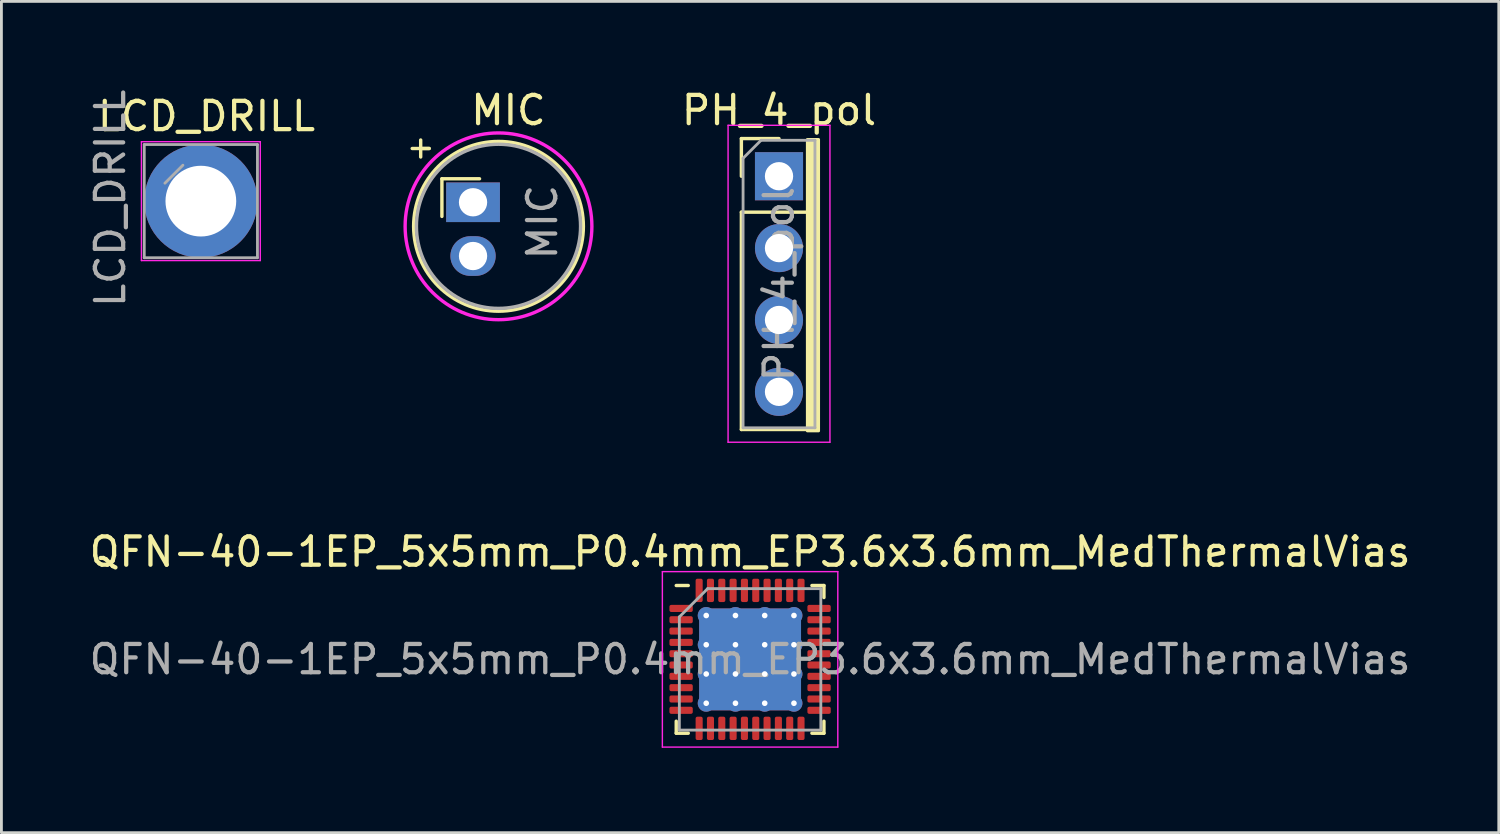
<source format=kicad_pcb>
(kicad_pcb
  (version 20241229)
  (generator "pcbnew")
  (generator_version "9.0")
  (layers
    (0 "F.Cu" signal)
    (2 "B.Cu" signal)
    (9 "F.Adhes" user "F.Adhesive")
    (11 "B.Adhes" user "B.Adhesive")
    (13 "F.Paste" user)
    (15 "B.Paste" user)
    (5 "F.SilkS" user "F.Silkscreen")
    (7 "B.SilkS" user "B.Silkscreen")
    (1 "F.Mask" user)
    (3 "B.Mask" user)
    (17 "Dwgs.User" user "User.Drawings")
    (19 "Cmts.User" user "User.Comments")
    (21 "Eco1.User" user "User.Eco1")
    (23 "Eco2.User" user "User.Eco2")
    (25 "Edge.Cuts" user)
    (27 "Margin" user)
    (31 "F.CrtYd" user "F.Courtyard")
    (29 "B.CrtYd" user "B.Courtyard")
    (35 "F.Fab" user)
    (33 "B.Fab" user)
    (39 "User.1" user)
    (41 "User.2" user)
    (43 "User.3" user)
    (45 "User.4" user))
  (footprint "MIC"
    (layer "F.Cu")
    (at 14.567 3.998)
    (property "Reference" "MIC" (at 0.35 -3.15 0) (layer "F.SilkS") (effects (font (size 1 1) (thickness 0.15))))
    (attr through_hole)
    (fp_line (start -2.75 -2.1) (end -2.75 -1.5) (stroke (width 0.12) (type solid)) (layer "F.SilkS"))
    (fp_line (start -2.75 -1.8) (end -2.45 -1.8) (stroke (width 0.12) (type solid)) (layer "F.SilkS"))
    (fp_line (start -2.45 -1.8) (end -3.05 -1.8) (stroke (width 0.12) (type solid)) (layer "F.SilkS"))
    (fp_line (start -2 -0.73) (end -0.67 -0.73) (stroke (width 0.12) (type solid)) (layer "F.SilkS"))
    (fp_line (start -2 0.6) (end -2 -0.73) (stroke (width 0.12) (type solid)) (layer "F.SilkS"))
    (fp_circle (center 0 0.95) (end 3 0.95) (stroke (width 0.12) (type solid)) (fill no) (layer "F.SilkS"))
    (fp_circle (center 0 0.95) (end 3.3 0.95) (stroke (width 0.12) (type solid)) (fill no) (layer "F.CrtYd"))
    (fp_circle (center 0 0.95) (end 2.9 0.95) (stroke (width 0.12) (type solid)) (fill no) (layer "F.Fab"))
    (fp_text user "${REFERENCE}" (at 1.55 0.8 90) (layer "F.Fab") (effects (font (size 1 1) (thickness 0.15))))
    (pad "1" thru_hole rect (at -0.9 0.1) (size 1.9 1.4) (drill 1) (layers "*.Cu" "*.Mask"))
    (pad "2" thru_hole oval (at -0.9 2) (size 1.6 1.4) (drill 1) (layers "*.Cu" "*.Mask")))
  (footprint "LCD_DRILL"
    (layer "F.Cu")
    (at 4.048 4.058)
    (property "Reference" "LCD_DRILL" (at 0.2 -3 0) (layer "F.SilkS") (effects (font (size 1 1) (thickness 0.15))))
    (attr through_hole)
    (fp_line (start -2.1 -2.1) (end -2.1 2.1) (stroke (width 0.05) (type solid)) (layer "F.CrtYd"))
    (fp_line (start -2.1 2.1) (end 2.1 2.1) (stroke (width 0.05) (type solid)) (layer "F.CrtYd"))
    (fp_line (start 2.1 -2.1) (end -2.1 -2.1) (stroke (width 0.05) (type solid)) (layer "F.CrtYd"))
    (fp_line (start 2.1 2.1) (end 2.1 -2.1) (stroke (width 0.05) (type solid)) (layer "F.CrtYd"))
    (fp_line (start -2 2) (end -2 -2) (stroke (width 0.1) (type solid)) (layer "F.Fab"))
    (fp_line (start -1.27 -0.635) (end -0.635 -1.27) (stroke (width 0.1) (type solid)) (layer "F.Fab"))
    (fp_line (start 2 -2) (end -2 -2) (stroke (width 0.1) (type solid)) (layer "F.Fab"))
    (fp_line (start 2 2) (end -2 2) (stroke (width 0.1) (type solid)) (layer "F.Fab"))
    (fp_line (start 2 2) (end 2 -2) (stroke (width 0.1) (type solid)) (layer "F.Fab"))
    (fp_text user "${REFERENCE}" (at -3.2 -0.1 90) (layer "F.Fab") (effects (font (size 1 1) (thickness 0.15))))
    (pad "1" thru_hole circle (at 0 0) (size 4 4) (drill 2.5) (layers "*.Cu" "*.Mask")))
  (footprint "PH_4_pol"
    (layer "F.Cu")
    (at 24.48 3.178)
    (property "Reference" "PH_4_pol" (at 0 -2.33 0) (layer "F.SilkS") (effects (font (size 1 1) (thickness 0.15))))
    (attr through_hole)
    (fp_line (start -1.33 -1.33) (end 0 -1.33) (stroke (width 0.12) (type solid)) (layer "F.SilkS"))
    (fp_line (start -1.33 0) (end -1.33 -1.33) (stroke (width 0.12) (type solid)) (layer "F.SilkS"))
    (fp_line (start -1.33 1.27) (end -1.33 8.95) (stroke (width 0.12) (type solid)) (layer "F.SilkS"))
    (fp_line (start -1.33 1.27) (end 1.33 1.27) (stroke (width 0.12) (type solid)) (layer "F.SilkS"))
    (fp_line (start -1.33 8.95) (end 1.33 8.95) (stroke (width 0.12) (type solid)) (layer "F.SilkS"))
    (fp_line (start 1.33 1.27) (end 1.33 8.95) (stroke (width 0.12) (type solid)) (layer "F.SilkS"))
    (fp_poly (pts (xy 1.3 8.9) (xy 1.1 8.9) (xy 1.1 -1.3) (xy 1.3 -1.3)) (stroke (width 0.1) (type solid)) (fill yes) (layer "F.SilkS"))
    (fp_poly (pts (xy 1.4 9) (xy 1 9) (xy 1 -1.3) (xy 1.4 -1.3)) (stroke (width 0.1) (type solid)) (fill yes) (layer "F.SilkS"))
    (fp_line (start -1.8 -1.8) (end -1.8 9.4) (stroke (width 0.05) (type solid)) (layer "F.CrtYd"))
    (fp_line (start -1.8 9.4) (end 1.8 9.4) (stroke (width 0.05) (type solid)) (layer "F.CrtYd"))
    (fp_line (start 1.8 -1.8) (end -1.8 -1.8) (stroke (width 0.05) (type solid)) (layer "F.CrtYd"))
    (fp_line (start 1.8 9.4) (end 1.8 -1.8) (stroke (width 0.05) (type solid)) (layer "F.CrtYd"))
    (fp_line (start -1.27 -0.635) (end -0.635 -1.27) (stroke (width 0.1) (type solid)) (layer "F.Fab"))
    (fp_line (start -1.27 8.89) (end -1.27 -0.635) (stroke (width 0.1) (type solid)) (layer "F.Fab"))
    (fp_line (start -0.635 -1.27) (end 1.27 -1.27) (stroke (width 0.1) (type solid)) (layer "F.Fab"))
    (fp_line (start 1.27 -1.27) (end 1.27 8.89) (stroke (width 0.1) (type solid)) (layer "F.Fab"))
    (fp_line (start 1.27 8.89) (end -1.27 8.89) (stroke (width 0.1) (type solid)) (layer "F.Fab"))
    (fp_text user "${REFERENCE}" (at 0 3.81 90) (layer "F.Fab") (effects (font (size 1 1) (thickness 0.15))))
    (pad "1" thru_hole rect (at 0 0) (size 1.7 1.7) (drill 1) (layers "*.Cu" "*.Mask"))
    (pad "2" thru_hole oval (at 0 2.54) (size 1.7 1.7) (drill 1) (layers "*.Cu" "*.Mask"))
    (pad "3" thru_hole oval (at 0 5.08) (size 1.7 1.7) (drill 1) (layers "*.Cu" "*.Mask"))
    (pad "4" thru_hole oval (at 0 7.62) (size 1.7 1.7) (drill 1) (layers "*.Cu" "*.Mask")))
  (footprint "QFN-40-1EP_5x5mm_P0.4mm_EP3.6x3.6mm_MedThermalVias"
    (layer "F.Cu")
    (at 23.458 20.252)
    (property "Reference" "QFN-40-1EP_5x5mm_P0.4mm_EP3.6x3.6mm_MedThermalVias" (at 0 -3.8 0) (layer "F.SilkS") (effects (font (size 1 1) (thickness 0.15))))
    (attr smd)
    (fp_line (start -2.61 2.61) (end -2.61 2.185) (stroke (width 0.12) (type solid)) (layer "F.SilkS"))
    (fp_line (start -2.185 -2.61) (end -2.61 -2.61) (stroke (width 0.12) (type solid)) (layer "F.SilkS"))
    (fp_line (start -2.185 2.61) (end -2.61 2.61) (stroke (width 0.12) (type solid)) (layer "F.SilkS"))
    (fp_line (start 2.185 -2.61) (end 2.61 -2.61) (stroke (width 0.12) (type solid)) (layer "F.SilkS"))
    (fp_line (start 2.185 2.61) (end 2.61 2.61) (stroke (width 0.12) (type solid)) (layer "F.SilkS"))
    (fp_line (start 2.61 -2.61) (end 2.61 -2.185) (stroke (width 0.12) (type solid)) (layer "F.SilkS"))
    (fp_line (start 2.61 2.61) (end 2.61 2.185) (stroke (width 0.12) (type solid)) (layer "F.SilkS"))
    (fp_line (start -3.1 -3.1) (end -3.1 3.1) (stroke (width 0.05) (type solid)) (layer "F.CrtYd"))
    (fp_line (start -3.1 3.1) (end 3.1 3.1) (stroke (width 0.05) (type solid)) (layer "F.CrtYd"))
    (fp_line (start 3.1 -3.1) (end -3.1 -3.1) (stroke (width 0.05) (type solid)) (layer "F.CrtYd"))
    (fp_line (start 3.1 3.1) (end 3.1 -3.1) (stroke (width 0.05) (type solid)) (layer "F.CrtYd"))
    (fp_line (start -2.5 -1.5) (end -1.5 -2.5) (stroke (width 0.1) (type solid)) (layer "F.Fab"))
    (fp_line (start -2.5 2.5) (end -2.5 -1.5) (stroke (width 0.1) (type solid)) (layer "F.Fab"))
    (fp_line (start -1.5 -2.5) (end 2.5 -2.5) (stroke (width 0.1) (type solid)) (layer "F.Fab"))
    (fp_line (start 2.5 -2.5) (end 2.5 2.5) (stroke (width 0.1) (type solid)) (layer "F.Fab"))
    (fp_line (start 2.5 2.5) (end -2.5 2.5) (stroke (width 0.1) (type solid)) (layer "F.Fab"))
    (fp_text user "${REFERENCE}" (at 0 0 0) (layer "F.Fab") (effects (font (size 1 1) (thickness 0.15))))
    (pad "" smd custom (at -1.033 -1.033) (size 0.803 0.803) (layers "F.Paste") (options (anchor circle)) (primitives (gr_poly (pts (xy -0.338 -0.233) (xy -0.233 -0.338) (xy 0.233 -0.338) (xy 0.338 -0.233) (xy 0.338 0.233) (xy 0.233 0.338) (xy -0.233 0.338) (xy -0.338 0.233)) (width 0.253) (fill yes))))
    (pad "" smd custom (at -1.033 0) (size 0.803 0.803) (layers "F.Paste") (options (anchor circle)) (primitives (gr_poly (pts (xy -0.338 -0.233) (xy -0.233 -0.338) (xy 0.233 -0.338) (xy 0.338 -0.233) (xy 0.338 0.233) (xy 0.233 0.338) (xy -0.233 0.338) (xy -0.338 0.233)) (width 0.253) (fill yes))))
    (pad "" smd custom (at -1.033 1.033) (size 0.803 0.803) (layers "F.Paste") (options (anchor circle)) (primitives (gr_poly (pts (xy -0.338 -0.233) (xy -0.233 -0.338) (xy 0.233 -0.338) (xy 0.338 -0.233) (xy 0.338 0.233) (xy 0.233 0.338) (xy -0.233 0.338) (xy -0.338 0.233)) (width 0.253) (fill yes))))
    (pad "" smd custom (at 0 -1.033) (size 0.803 0.803) (layers "F.Paste") (options (anchor circle)) (primitives (gr_poly (pts (xy -0.338 -0.233) (xy -0.233 -0.338) (xy 0.233 -0.338) (xy 0.338 -0.233) (xy 0.338 0.233) (xy 0.233 0.338) (xy -0.233 0.338) (xy -0.338 0.233)) (width 0.253) (fill yes))))
    (pad "" smd custom (at 0 0) (size 0.803 0.803) (layers "F.Paste") (options (anchor circle)) (primitives (gr_poly (pts (xy -0.338 -0.233) (xy -0.233 -0.338) (xy 0.233 -0.338) (xy 0.338 -0.233) (xy 0.338 0.233) (xy 0.233 0.338) (xy -0.233 0.338) (xy -0.338 0.233)) (width 0.253) (fill yes))))
    (pad "" smd custom (at 0 1.033) (size 0.803 0.803) (layers "F.Paste") (options (anchor circle)) (primitives (gr_poly (pts (xy -0.338 -0.233) (xy -0.233 -0.338) (xy 0.233 -0.338) (xy 0.338 -0.233) (xy 0.338 0.233) (xy 0.233 0.338) (xy -0.233 0.338) (xy -0.338 0.233)) (width 0.253) (fill yes))))
    (pad "" smd custom (at 1.033 -1.033) (size 0.803 0.803) (layers "F.Paste") (options (anchor circle)) (primitives (gr_poly (pts (xy -0.338 -0.233) (xy -0.233 -0.338) (xy 0.233 -0.338) (xy 0.338 -0.233) (xy 0.338 0.233) (xy 0.233 0.338) (xy -0.233 0.338) (xy -0.338 0.233)) (width 0.253) (fill yes))))
    (pad "" smd custom (at 1.033 0) (size 0.803 0.803) (layers "F.Paste") (options (anchor circle)) (primitives (gr_poly (pts (xy -0.338 -0.233) (xy -0.233 -0.338) (xy 0.233 -0.338) (xy 0.338 -0.233) (xy 0.338 0.233) (xy 0.233 0.338) (xy -0.233 0.338) (xy -0.338 0.233)) (width 0.253) (fill yes))))
    (pad "" smd custom (at 1.033 1.033) (size 0.803 0.803) (layers "F.Paste") (options (anchor circle)) (primitives (gr_poly (pts (xy -0.338 -0.233) (xy -0.233 -0.338) (xy 0.233 -0.338) (xy 0.338 -0.233) (xy 0.338 0.233) (xy 0.233 0.338) (xy -0.233 0.338) (xy -0.338 0.233)) (width 0.253) (fill yes))))
    (pad "1" smd roundrect (at -2.438 -1.8) (size 0.825 0.25) (layers "F.Cu" "F.Mask" "F.Paste") (roundrect_rratio 0.25))
    (pad "2" smd roundrect (at -2.438 -1.4) (size 0.825 0.25) (layers "F.Cu" "F.Mask" "F.Paste") (roundrect_rratio 0.25))
    (pad "3" smd roundrect (at -2.438 -1) (size 0.825 0.25) (layers "F.Cu" "F.Mask" "F.Paste") (roundrect_rratio 0.25))
    (pad "4" smd roundrect (at -2.438 -0.6) (size 0.825 0.25) (layers "F.Cu" "F.Mask" "F.Paste") (roundrect_rratio 0.25))
    (pad "5" smd roundrect (at -2.438 -0.2) (size 0.825 0.25) (layers "F.Cu" "F.Mask" "F.Paste") (roundrect_rratio 0.25))
    (pad "6" smd roundrect (at -2.438 0.2) (size 0.825 0.25) (layers "F.Cu" "F.Mask" "F.Paste") (roundrect_rratio 0.25))
    (pad "7" smd roundrect (at -2.438 0.6) (size 0.825 0.25) (layers "F.Cu" "F.Mask" "F.Paste") (roundrect_rratio 0.25))
    (pad "8" smd roundrect (at -2.438 1) (size 0.825 0.25) (layers "F.Cu" "F.Mask" "F.Paste") (roundrect_rratio 0.25))
    (pad "9" smd roundrect (at -2.438 1.4) (size 0.825 0.25) (layers "F.Cu" "F.Mask" "F.Paste") (roundrect_rratio 0.25))
    (pad "10" smd roundrect (at -2.438 1.8) (size 0.825 0.25) (layers "F.Cu" "F.Mask" "F.Paste") (roundrect_rratio 0.25))
    (pad "11" smd roundrect (at -1.8 2.438) (size 0.25 0.825) (layers "F.Cu" "F.Mask" "F.Paste") (roundrect_rratio 0.25))
    (pad "12" smd roundrect (at -1.4 2.438) (size 0.25 0.825) (layers "F.Cu" "F.Mask" "F.Paste") (roundrect_rratio 0.25))
    (pad "13" smd roundrect (at -1 2.438) (size 0.25 0.825) (layers "F.Cu" "F.Mask" "F.Paste") (roundrect_rratio 0.25))
    (pad "14" smd roundrect (at -0.6 2.438) (size 0.25 0.825) (layers "F.Cu" "F.Mask" "F.Paste") (roundrect_rratio 0.25))
    (pad "15" smd roundrect (at -0.2 2.438) (size 0.25 0.825) (layers "F.Cu" "F.Mask" "F.Paste") (roundrect_rratio 0.25))
    (pad "16" smd roundrect (at 0.2 2.438) (size 0.25 0.825) (layers "F.Cu" "F.Mask" "F.Paste") (roundrect_rratio 0.25))
    (pad "17" smd roundrect (at 0.6 2.438) (size 0.25 0.825) (layers "F.Cu" "F.Mask" "F.Paste") (roundrect_rratio 0.25))
    (pad "18" smd roundrect (at 1 2.438) (size 0.25 0.825) (layers "F.Cu" "F.Mask" "F.Paste") (roundrect_rratio 0.25))
    (pad "19" smd roundrect (at 1.4 2.438) (size 0.25 0.825) (layers "F.Cu" "F.Mask" "F.Paste") (roundrect_rratio 0.25))
    (pad "20" smd roundrect (at 1.8 2.438) (size 0.25 0.825) (layers "F.Cu" "F.Mask" "F.Paste") (roundrect_rratio 0.25))
    (pad "21" smd roundrect (at 2.438 1.8) (size 0.825 0.25) (layers "F.Cu" "F.Mask" "F.Paste") (roundrect_rratio 0.25))
    (pad "22" smd roundrect (at 2.438 1.4) (size 0.825 0.25) (layers "F.Cu" "F.Mask" "F.Paste") (roundrect_rratio 0.25))
    (pad "23" smd roundrect (at 2.438 1) (size 0.825 0.25) (layers "F.Cu" "F.Mask" "F.Paste") (roundrect_rratio 0.25))
    (pad "24" smd roundrect (at 2.438 0.6) (size 0.825 0.25) (layers "F.Cu" "F.Mask" "F.Paste") (roundrect_rratio 0.25))
    (pad "25" smd roundrect (at 2.438 0.2) (size 0.825 0.25) (layers "F.Cu" "F.Mask" "F.Paste") (roundrect_rratio 0.25))
    (pad "26" smd roundrect (at 2.438 -0.2) (size 0.825 0.25) (layers "F.Cu" "F.Mask" "F.Paste") (roundrect_rratio 0.25))
    (pad "27" smd roundrect (at 2.438 -0.6) (size 0.825 0.25) (layers "F.Cu" "F.Mask" "F.Paste") (roundrect_rratio 0.25))
    (pad "28" smd roundrect (at 2.438 -1) (size 0.825 0.25) (layers "F.Cu" "F.Mask" "F.Paste") (roundrect_rratio 0.25))
    (pad "29" smd roundrect (at 2.438 -1.4) (size 0.825 0.25) (layers "F.Cu" "F.Mask" "F.Paste") (roundrect_rratio 0.25))
    (pad "30" smd roundrect (at 2.438 -1.8) (size 0.825 0.25) (layers "F.Cu" "F.Mask" "F.Paste") (roundrect_rratio 0.25))
    (pad "31" smd roundrect (at 1.8 -2.438) (size 0.25 0.825) (layers "F.Cu" "F.Mask" "F.Paste") (roundrect_rratio 0.25))
    (pad "32" smd roundrect (at 1.4 -2.438) (size 0.25 0.825) (layers "F.Cu" "F.Mask" "F.Paste") (roundrect_rratio 0.25))
    (pad "33" smd roundrect (at 1 -2.438) (size 0.25 0.825) (layers "F.Cu" "F.Mask" "F.Paste") (roundrect_rratio 0.25))
    (pad "34" smd roundrect (at 0.6 -2.438) (size 0.25 0.825) (layers "F.Cu" "F.Mask" "F.Paste") (roundrect_rratio 0.25))
    (pad "35" smd roundrect (at 0.2 -2.438) (size 0.25 0.825) (layers "F.Cu" "F.Mask" "F.Paste") (roundrect_rratio 0.25))
    (pad "36" smd roundrect (at -0.2 -2.438) (size 0.25 0.825) (layers "F.Cu" "F.Mask" "F.Paste") (roundrect_rratio 0.25))
    (pad "37" smd roundrect (at -0.6 -2.438) (size 0.25 0.825) (layers "F.Cu" "F.Mask" "F.Paste") (roundrect_rratio 0.25))
    (pad "38" smd roundrect (at -1 -2.438) (size 0.25 0.825) (layers "F.Cu" "F.Mask" "F.Paste") (roundrect_rratio 0.25))
    (pad "39" smd roundrect (at -1.4 -2.438) (size 0.25 0.825) (layers "F.Cu" "F.Mask" "F.Paste") (roundrect_rratio 0.25))
    (pad "40" smd roundrect (at -1.8 -2.438) (size 0.25 0.825) (layers "F.Cu" "F.Mask" "F.Paste") (roundrect_rratio 0.25))
    (pad "41" thru_hole circle (at -1.55 -1.55) (size 0.6 0.6) (drill 0.2) (layers "*.Cu"))
    (pad "41" thru_hole circle (at -1.55 -0.517) (size 0.6 0.6) (drill 0.2) (layers "*.Cu"))
    (pad "41" thru_hole circle (at -1.55 0.517) (size 0.6 0.6) (drill 0.2) (layers "*.Cu"))
    (pad "41" thru_hole circle (at -1.55 1.55) (size 0.6 0.6) (drill 0.2) (layers "*.Cu"))
    (pad "41" thru_hole circle (at -0.517 -1.55) (size 0.6 0.6) (drill 0.2) (layers "*.Cu"))
    (pad "41" thru_hole circle (at -0.517 -0.517) (size 0.6 0.6) (drill 0.2) (layers "*.Cu"))
    (pad "41" thru_hole circle (at -0.517 0.517) (size 0.6 0.6) (drill 0.2) (layers "*.Cu"))
    (pad "41" thru_hole circle (at -0.517 1.55) (size 0.6 0.6) (drill 0.2) (layers "*.Cu"))
    (pad "41" smd roundrect (at 0 0) (size 3.6 3.6) (layers "F.Cu" "F.Mask") (roundrect_rratio 0.069))
    (pad "41" smd roundrect (at 0 0) (size 3.6 3.6) (layers "B.Cu") (roundrect_rratio 0.069))
    (pad "41" thru_hole circle (at 0.517 -1.55) (size 0.6 0.6) (drill 0.2) (layers "*.Cu"))
    (pad "41" thru_hole circle (at 0.517 -0.517) (size 0.6 0.6) (drill 0.2) (layers "*.Cu"))
    (pad "41" thru_hole circle (at 0.517 0.517) (size 0.6 0.6) (drill 0.2) (layers "*.Cu"))
    (pad "41" thru_hole circle (at 0.517 1.55) (size 0.6 0.6) (drill 0.2) (layers "*.Cu"))
    (pad "41" thru_hole circle (at 1.55 -1.55) (size 0.6 0.6) (drill 0.2) (layers "*.Cu"))
    (pad "41" thru_hole circle (at 1.55 -0.517) (size 0.6 0.6) (drill 0.2) (layers "*.Cu"))
    (pad "41" thru_hole circle (at 1.55 0.517) (size 0.6 0.6) (drill 0.2) (layers "*.Cu"))
    (pad "41" thru_hole circle (at 1.55 1.55) (size 0.6 0.6) (drill 0.2) (layers "*.Cu")))
  (gr_rect
    (start -3 -3)
    (end 49.917 26.377)
    (stroke (width 0.1) (type default))
    (fill no)
    (layer "Edge.Cuts")))
</source>
